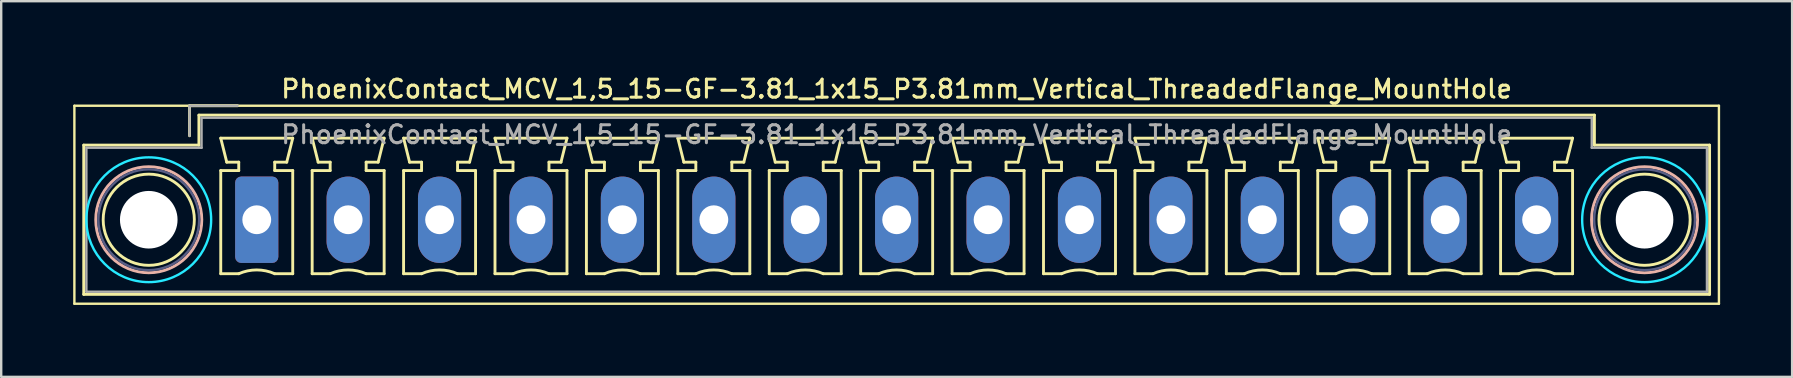
<source format=kicad_pcb>
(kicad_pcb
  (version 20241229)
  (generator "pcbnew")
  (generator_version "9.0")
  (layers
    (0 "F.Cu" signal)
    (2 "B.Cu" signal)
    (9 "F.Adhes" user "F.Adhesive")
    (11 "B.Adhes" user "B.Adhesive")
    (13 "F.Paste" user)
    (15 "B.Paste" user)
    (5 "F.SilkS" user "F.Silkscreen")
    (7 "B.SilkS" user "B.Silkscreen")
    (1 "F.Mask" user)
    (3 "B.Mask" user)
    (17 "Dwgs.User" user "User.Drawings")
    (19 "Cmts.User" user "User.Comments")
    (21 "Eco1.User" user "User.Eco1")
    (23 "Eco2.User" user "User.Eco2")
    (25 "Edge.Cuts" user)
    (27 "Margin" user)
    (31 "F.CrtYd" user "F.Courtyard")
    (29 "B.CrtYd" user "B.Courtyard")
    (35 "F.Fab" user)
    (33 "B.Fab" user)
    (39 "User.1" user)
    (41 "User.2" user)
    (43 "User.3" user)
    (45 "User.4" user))
  (footprint "PhoenixContact_MCV_1,5_15-GF-3.81_1x15_P3.81mm_Vertical_ThreadedFlange_MountHole"
    (layer "F.Cu")
    (at 7.65 6.108)
    (property "Reference" "PhoenixContact_MCV_1,5_15-GF-3.81_1x15_P3.81mm_Vertical_ThreadedFlange_MountHole" (at 26.67 -5.45 0) (layer "F.SilkS") (effects (font (size 0.75 0.75) (thickness 0.125))))
    (attr through_hole)
    (fp_line (start -7.6 -4.75) (end -7.6 3.5) (stroke (width 0.1) (type solid)) (layer "F.SilkS"))
    (fp_line (start -7.6 3.5) (end 60.94 3.5) (stroke (width 0.1) (type solid)) (layer "F.SilkS"))
    (fp_line (start -7.21 -3.11) (end -7.21 3.11) (stroke (width 0.12) (type solid)) (layer "F.SilkS"))
    (fp_line (start -7.21 3.11) (end 60.55 3.11) (stroke (width 0.12) (type solid)) (layer "F.SilkS"))
    (fp_line (start -2.8 -4.75) (end -0.8 -4.75) (stroke (width 0.12) (type solid)) (layer "F.SilkS"))
    (fp_line (start -2.8 -3.5) (end -2.8 -4.75) (stroke (width 0.12) (type solid)) (layer "F.SilkS"))
    (fp_line (start -2.41 -4.36) (end -2.41 -3.11) (stroke (width 0.12) (type solid)) (layer "F.SilkS"))
    (fp_line (start -2.41 -3.11) (end -7.21 -3.11) (stroke (width 0.12) (type solid)) (layer "F.SilkS"))
    (fp_line (start -1.5 -3.4) (end 1.5 -3.4) (stroke (width 0.12) (type solid)) (layer "F.SilkS"))
    (fp_line (start -1.5 -2.05) (end -0.75 -2.05) (stroke (width 0.12) (type solid)) (layer "F.SilkS"))
    (fp_line (start -1.5 2.25) (end -1.5 -2.05) (stroke (width 0.12) (type solid)) (layer "F.SilkS"))
    (fp_line (start -1.25 -2.4) (end -1.5 -3.4) (stroke (width 0.12) (type solid)) (layer "F.SilkS"))
    (fp_line (start -0.75 -2.4) (end -1.25 -2.4) (stroke (width 0.12) (type solid)) (layer "F.SilkS"))
    (fp_line (start -0.75 -2.05) (end -0.75 -2.4) (stroke (width 0.12) (type solid)) (layer "F.SilkS"))
    (fp_line (start -0.75 2.25) (end -1.5 2.25) (stroke (width 0.12) (type solid)) (layer "F.SilkS"))
    (fp_line (start 0.75 -2.4) (end 0.75 -2.05) (stroke (width 0.12) (type solid)) (layer "F.SilkS"))
    (fp_line (start 0.75 -2.05) (end 1.5 -2.05) (stroke (width 0.12) (type solid)) (layer "F.SilkS"))
    (fp_line (start 1.25 -2.4) (end 0.75 -2.4) (stroke (width 0.12) (type solid)) (layer "F.SilkS"))
    (fp_line (start 1.5 -3.4) (end 1.25 -2.4) (stroke (width 0.12) (type solid)) (layer "F.SilkS"))
    (fp_line (start 1.5 -2.05) (end 1.5 2.25) (stroke (width 0.12) (type solid)) (layer "F.SilkS"))
    (fp_line (start 1.5 2.25) (end 0.75 2.25) (stroke (width 0.12) (type solid)) (layer "F.SilkS"))
    (fp_line (start 2.31 -3.4) (end 5.31 -3.4) (stroke (width 0.12) (type solid)) (layer "F.SilkS"))
    (fp_line (start 2.31 -2.05) (end 3.06 -2.05) (stroke (width 0.12) (type solid)) (layer "F.SilkS"))
    (fp_line (start 2.31 2.25) (end 2.31 -2.05) (stroke (width 0.12) (type solid)) (layer "F.SilkS"))
    (fp_line (start 2.56 -2.4) (end 2.31 -3.4) (stroke (width 0.12) (type solid)) (layer "F.SilkS"))
    (fp_line (start 3.06 -2.4) (end 2.56 -2.4) (stroke (width 0.12) (type solid)) (layer "F.SilkS"))
    (fp_line (start 3.06 -2.05) (end 3.06 -2.4) (stroke (width 0.12) (type solid)) (layer "F.SilkS"))
    (fp_line (start 3.06 2.25) (end 2.31 2.25) (stroke (width 0.12) (type solid)) (layer "F.SilkS"))
    (fp_line (start 4.56 -2.4) (end 4.56 -2.05) (stroke (width 0.12) (type solid)) (layer "F.SilkS"))
    (fp_line (start 4.56 -2.05) (end 5.31 -2.05) (stroke (width 0.12) (type solid)) (layer "F.SilkS"))
    (fp_line (start 5.06 -2.4) (end 4.56 -2.4) (stroke (width 0.12) (type solid)) (layer "F.SilkS"))
    (fp_line (start 5.31 -3.4) (end 5.06 -2.4) (stroke (width 0.12) (type solid)) (layer "F.SilkS"))
    (fp_line (start 5.31 -2.05) (end 5.31 2.25) (stroke (width 0.12) (type solid)) (layer "F.SilkS"))
    (fp_line (start 5.31 2.25) (end 4.56 2.25) (stroke (width 0.12) (type solid)) (layer "F.SilkS"))
    (fp_line (start 6.12 -3.4) (end 9.12 -3.4) (stroke (width 0.12) (type solid)) (layer "F.SilkS"))
    (fp_line (start 6.12 -2.05) (end 6.87 -2.05) (stroke (width 0.12) (type solid)) (layer "F.SilkS"))
    (fp_line (start 6.12 2.25) (end 6.12 -2.05) (stroke (width 0.12) (type solid)) (layer "F.SilkS"))
    (fp_line (start 6.37 -2.4) (end 6.12 -3.4) (stroke (width 0.12) (type solid)) (layer "F.SilkS"))
    (fp_line (start 6.87 -2.4) (end 6.37 -2.4) (stroke (width 0.12) (type solid)) (layer "F.SilkS"))
    (fp_line (start 6.87 -2.05) (end 6.87 -2.4) (stroke (width 0.12) (type solid)) (layer "F.SilkS"))
    (fp_line (start 6.87 2.25) (end 6.12 2.25) (stroke (width 0.12) (type solid)) (layer "F.SilkS"))
    (fp_line (start 8.37 -2.4) (end 8.37 -2.05) (stroke (width 0.12) (type solid)) (layer "F.SilkS"))
    (fp_line (start 8.37 -2.05) (end 9.12 -2.05) (stroke (width 0.12) (type solid)) (layer "F.SilkS"))
    (fp_line (start 8.87 -2.4) (end 8.37 -2.4) (stroke (width 0.12) (type solid)) (layer "F.SilkS"))
    (fp_line (start 9.12 -3.4) (end 8.87 -2.4) (stroke (width 0.12) (type solid)) (layer "F.SilkS"))
    (fp_line (start 9.12 -2.05) (end 9.12 2.25) (stroke (width 0.12) (type solid)) (layer "F.SilkS"))
    (fp_line (start 9.12 2.25) (end 8.37 2.25) (stroke (width 0.12) (type solid)) (layer "F.SilkS"))
    (fp_line (start 9.93 -3.4) (end 12.93 -3.4) (stroke (width 0.12) (type solid)) (layer "F.SilkS"))
    (fp_line (start 9.93 -2.05) (end 10.68 -2.05) (stroke (width 0.12) (type solid)) (layer "F.SilkS"))
    (fp_line (start 9.93 2.25) (end 9.93 -2.05) (stroke (width 0.12) (type solid)) (layer "F.SilkS"))
    (fp_line (start 10.18 -2.4) (end 9.93 -3.4) (stroke (width 0.12) (type solid)) (layer "F.SilkS"))
    (fp_line (start 10.68 -2.4) (end 10.18 -2.4) (stroke (width 0.12) (type solid)) (layer "F.SilkS"))
    (fp_line (start 10.68 -2.05) (end 10.68 -2.4) (stroke (width 0.12) (type solid)) (layer "F.SilkS"))
    (fp_line (start 10.68 2.25) (end 9.93 2.25) (stroke (width 0.12) (type solid)) (layer "F.SilkS"))
    (fp_line (start 12.18 -2.4) (end 12.18 -2.05) (stroke (width 0.12) (type solid)) (layer "F.SilkS"))
    (fp_line (start 12.18 -2.05) (end 12.93 -2.05) (stroke (width 0.12) (type solid)) (layer "F.SilkS"))
    (fp_line (start 12.68 -2.4) (end 12.18 -2.4) (stroke (width 0.12) (type solid)) (layer "F.SilkS"))
    (fp_line (start 12.93 -3.4) (end 12.68 -2.4) (stroke (width 0.12) (type solid)) (layer "F.SilkS"))
    (fp_line (start 12.93 -2.05) (end 12.93 2.25) (stroke (width 0.12) (type solid)) (layer "F.SilkS"))
    (fp_line (start 12.93 2.25) (end 12.18 2.25) (stroke (width 0.12) (type solid)) (layer "F.SilkS"))
    (fp_line (start 13.74 -3.4) (end 16.74 -3.4) (stroke (width 0.12) (type solid)) (layer "F.SilkS"))
    (fp_line (start 13.74 -2.05) (end 14.49 -2.05) (stroke (width 0.12) (type solid)) (layer "F.SilkS"))
    (fp_line (start 13.74 2.25) (end 13.74 -2.05) (stroke (width 0.12) (type solid)) (layer "F.SilkS"))
    (fp_line (start 13.99 -2.4) (end 13.74 -3.4) (stroke (width 0.12) (type solid)) (layer "F.SilkS"))
    (fp_line (start 14.49 -2.4) (end 13.99 -2.4) (stroke (width 0.12) (type solid)) (layer "F.SilkS"))
    (fp_line (start 14.49 -2.05) (end 14.49 -2.4) (stroke (width 0.12) (type solid)) (layer "F.SilkS"))
    (fp_line (start 14.49 2.25) (end 13.74 2.25) (stroke (width 0.12) (type solid)) (layer "F.SilkS"))
    (fp_line (start 15.99 -2.4) (end 15.99 -2.05) (stroke (width 0.12) (type solid)) (layer "F.SilkS"))
    (fp_line (start 15.99 -2.05) (end 16.74 -2.05) (stroke (width 0.12) (type solid)) (layer "F.SilkS"))
    (fp_line (start 16.49 -2.4) (end 15.99 -2.4) (stroke (width 0.12) (type solid)) (layer "F.SilkS"))
    (fp_line (start 16.74 -3.4) (end 16.49 -2.4) (stroke (width 0.12) (type solid)) (layer "F.SilkS"))
    (fp_line (start 16.74 -2.05) (end 16.74 2.25) (stroke (width 0.12) (type solid)) (layer "F.SilkS"))
    (fp_line (start 16.74 2.25) (end 15.99 2.25) (stroke (width 0.12) (type solid)) (layer "F.SilkS"))
    (fp_line (start 17.55 -3.4) (end 20.55 -3.4) (stroke (width 0.12) (type solid)) (layer "F.SilkS"))
    (fp_line (start 17.55 -2.05) (end 18.3 -2.05) (stroke (width 0.12) (type solid)) (layer "F.SilkS"))
    (fp_line (start 17.55 2.25) (end 17.55 -2.05) (stroke (width 0.12) (type solid)) (layer "F.SilkS"))
    (fp_line (start 17.8 -2.4) (end 17.55 -3.4) (stroke (width 0.12) (type solid)) (layer "F.SilkS"))
    (fp_line (start 18.3 -2.4) (end 17.8 -2.4) (stroke (width 0.12) (type solid)) (layer "F.SilkS"))
    (fp_line (start 18.3 -2.05) (end 18.3 -2.4) (stroke (width 0.12) (type solid)) (layer "F.SilkS"))
    (fp_line (start 18.3 2.25) (end 17.55 2.25) (stroke (width 0.12) (type solid)) (layer "F.SilkS"))
    (fp_line (start 19.8 -2.4) (end 19.8 -2.05) (stroke (width 0.12) (type solid)) (layer "F.SilkS"))
    (fp_line (start 19.8 -2.05) (end 20.55 -2.05) (stroke (width 0.12) (type solid)) (layer "F.SilkS"))
    (fp_line (start 20.3 -2.4) (end 19.8 -2.4) (stroke (width 0.12) (type solid)) (layer "F.SilkS"))
    (fp_line (start 20.55 -3.4) (end 20.3 -2.4) (stroke (width 0.12) (type solid)) (layer "F.SilkS"))
    (fp_line (start 20.55 -2.05) (end 20.55 2.25) (stroke (width 0.12) (type solid)) (layer "F.SilkS"))
    (fp_line (start 20.55 2.25) (end 19.8 2.25) (stroke (width 0.12) (type solid)) (layer "F.SilkS"))
    (fp_line (start 21.36 -3.4) (end 24.36 -3.4) (stroke (width 0.12) (type solid)) (layer "F.SilkS"))
    (fp_line (start 21.36 -2.05) (end 22.11 -2.05) (stroke (width 0.12) (type solid)) (layer "F.SilkS"))
    (fp_line (start 21.36 2.25) (end 21.36 -2.05) (stroke (width 0.12) (type solid)) (layer "F.SilkS"))
    (fp_line (start 21.61 -2.4) (end 21.36 -3.4) (stroke (width 0.12) (type solid)) (layer "F.SilkS"))
    (fp_line (start 22.11 -2.4) (end 21.61 -2.4) (stroke (width 0.12) (type solid)) (layer "F.SilkS"))
    (fp_line (start 22.11 -2.05) (end 22.11 -2.4) (stroke (width 0.12) (type solid)) (layer "F.SilkS"))
    (fp_line (start 22.11 2.25) (end 21.36 2.25) (stroke (width 0.12) (type solid)) (layer "F.SilkS"))
    (fp_line (start 23.61 -2.4) (end 23.61 -2.05) (stroke (width 0.12) (type solid)) (layer "F.SilkS"))
    (fp_line (start 23.61 -2.05) (end 24.36 -2.05) (stroke (width 0.12) (type solid)) (layer "F.SilkS"))
    (fp_line (start 24.11 -2.4) (end 23.61 -2.4) (stroke (width 0.12) (type solid)) (layer "F.SilkS"))
    (fp_line (start 24.36 -3.4) (end 24.11 -2.4) (stroke (width 0.12) (type solid)) (layer "F.SilkS"))
    (fp_line (start 24.36 -2.05) (end 24.36 2.25) (stroke (width 0.12) (type solid)) (layer "F.SilkS"))
    (fp_line (start 24.36 2.25) (end 23.61 2.25) (stroke (width 0.12) (type solid)) (layer "F.SilkS"))
    (fp_line (start 25.17 -3.4) (end 28.17 -3.4) (stroke (width 0.12) (type solid)) (layer "F.SilkS"))
    (fp_line (start 25.17 -2.05) (end 25.92 -2.05) (stroke (width 0.12) (type solid)) (layer "F.SilkS"))
    (fp_line (start 25.17 2.25) (end 25.17 -2.05) (stroke (width 0.12) (type solid)) (layer "F.SilkS"))
    (fp_line (start 25.42 -2.4) (end 25.17 -3.4) (stroke (width 0.12) (type solid)) (layer "F.SilkS"))
    (fp_line (start 25.92 -2.4) (end 25.42 -2.4) (stroke (width 0.12) (type solid)) (layer "F.SilkS"))
    (fp_line (start 25.92 -2.05) (end 25.92 -2.4) (stroke (width 0.12) (type solid)) (layer "F.SilkS"))
    (fp_line (start 25.92 2.25) (end 25.17 2.25) (stroke (width 0.12) (type solid)) (layer "F.SilkS"))
    (fp_line (start 27.42 -2.4) (end 27.42 -2.05) (stroke (width 0.12) (type solid)) (layer "F.SilkS"))
    (fp_line (start 27.42 -2.05) (end 28.17 -2.05) (stroke (width 0.12) (type solid)) (layer "F.SilkS"))
    (fp_line (start 27.92 -2.4) (end 27.42 -2.4) (stroke (width 0.12) (type solid)) (layer "F.SilkS"))
    (fp_line (start 28.17 -3.4) (end 27.92 -2.4) (stroke (width 0.12) (type solid)) (layer "F.SilkS"))
    (fp_line (start 28.17 -2.05) (end 28.17 2.25) (stroke (width 0.12) (type solid)) (layer "F.SilkS"))
    (fp_line (start 28.17 2.25) (end 27.42 2.25) (stroke (width 0.12) (type solid)) (layer "F.SilkS"))
    (fp_line (start 28.98 -3.4) (end 31.98 -3.4) (stroke (width 0.12) (type solid)) (layer "F.SilkS"))
    (fp_line (start 28.98 -2.05) (end 29.73 -2.05) (stroke (width 0.12) (type solid)) (layer "F.SilkS"))
    (fp_line (start 28.98 2.25) (end 28.98 -2.05) (stroke (width 0.12) (type solid)) (layer "F.SilkS"))
    (fp_line (start 29.23 -2.4) (end 28.98 -3.4) (stroke (width 0.12) (type solid)) (layer "F.SilkS"))
    (fp_line (start 29.73 -2.4) (end 29.23 -2.4) (stroke (width 0.12) (type solid)) (layer "F.SilkS"))
    (fp_line (start 29.73 -2.05) (end 29.73 -2.4) (stroke (width 0.12) (type solid)) (layer "F.SilkS"))
    (fp_line (start 29.73 2.25) (end 28.98 2.25) (stroke (width 0.12) (type solid)) (layer "F.SilkS"))
    (fp_line (start 31.23 -2.4) (end 31.23 -2.05) (stroke (width 0.12) (type solid)) (layer "F.SilkS"))
    (fp_line (start 31.23 -2.05) (end 31.98 -2.05) (stroke (width 0.12) (type solid)) (layer "F.SilkS"))
    (fp_line (start 31.73 -2.4) (end 31.23 -2.4) (stroke (width 0.12) (type solid)) (layer "F.SilkS"))
    (fp_line (start 31.98 -3.4) (end 31.73 -2.4) (stroke (width 0.12) (type solid)) (layer "F.SilkS"))
    (fp_line (start 31.98 -2.05) (end 31.98 2.25) (stroke (width 0.12) (type solid)) (layer "F.SilkS"))
    (fp_line (start 31.98 2.25) (end 31.23 2.25) (stroke (width 0.12) (type solid)) (layer "F.SilkS"))
    (fp_line (start 32.79 -3.4) (end 35.79 -3.4) (stroke (width 0.12) (type solid)) (layer "F.SilkS"))
    (fp_line (start 32.79 -2.05) (end 33.54 -2.05) (stroke (width 0.12) (type solid)) (layer "F.SilkS"))
    (fp_line (start 32.79 2.25) (end 32.79 -2.05) (stroke (width 0.12) (type solid)) (layer "F.SilkS"))
    (fp_line (start 33.04 -2.4) (end 32.79 -3.4) (stroke (width 0.12) (type solid)) (layer "F.SilkS"))
    (fp_line (start 33.54 -2.4) (end 33.04 -2.4) (stroke (width 0.12) (type solid)) (layer "F.SilkS"))
    (fp_line (start 33.54 -2.05) (end 33.54 -2.4) (stroke (width 0.12) (type solid)) (layer "F.SilkS"))
    (fp_line (start 33.54 2.25) (end 32.79 2.25) (stroke (width 0.12) (type solid)) (layer "F.SilkS"))
    (fp_line (start 35.04 -2.4) (end 35.04 -2.05) (stroke (width 0.12) (type solid)) (layer "F.SilkS"))
    (fp_line (start 35.04 -2.05) (end 35.79 -2.05) (stroke (width 0.12) (type solid)) (layer "F.SilkS"))
    (fp_line (start 35.54 -2.4) (end 35.04 -2.4) (stroke (width 0.12) (type solid)) (layer "F.SilkS"))
    (fp_line (start 35.79 -3.4) (end 35.54 -2.4) (stroke (width 0.12) (type solid)) (layer "F.SilkS"))
    (fp_line (start 35.79 -2.05) (end 35.79 2.25) (stroke (width 0.12) (type solid)) (layer "F.SilkS"))
    (fp_line (start 35.79 2.25) (end 35.04 2.25) (stroke (width 0.12) (type solid)) (layer "F.SilkS"))
    (fp_line (start 36.6 -3.4) (end 39.6 -3.4) (stroke (width 0.12) (type solid)) (layer "F.SilkS"))
    (fp_line (start 36.6 -2.05) (end 37.35 -2.05) (stroke (width 0.12) (type solid)) (layer "F.SilkS"))
    (fp_line (start 36.6 2.25) (end 36.6 -2.05) (stroke (width 0.12) (type solid)) (layer "F.SilkS"))
    (fp_line (start 36.85 -2.4) (end 36.6 -3.4) (stroke (width 0.12) (type solid)) (layer "F.SilkS"))
    (fp_line (start 37.35 -2.4) (end 36.85 -2.4) (stroke (width 0.12) (type solid)) (layer "F.SilkS"))
    (fp_line (start 37.35 -2.05) (end 37.35 -2.4) (stroke (width 0.12) (type solid)) (layer "F.SilkS"))
    (fp_line (start 37.35 2.25) (end 36.6 2.25) (stroke (width 0.12) (type solid)) (layer "F.SilkS"))
    (fp_line (start 38.85 -2.4) (end 38.85 -2.05) (stroke (width 0.12) (type solid)) (layer "F.SilkS"))
    (fp_line (start 38.85 -2.05) (end 39.6 -2.05) (stroke (width 0.12) (type solid)) (layer "F.SilkS"))
    (fp_line (start 39.35 -2.4) (end 38.85 -2.4) (stroke (width 0.12) (type solid)) (layer "F.SilkS"))
    (fp_line (start 39.6 -3.4) (end 39.35 -2.4) (stroke (width 0.12) (type solid)) (layer "F.SilkS"))
    (fp_line (start 39.6 -2.05) (end 39.6 2.25) (stroke (width 0.12) (type solid)) (layer "F.SilkS"))
    (fp_line (start 39.6 2.25) (end 38.85 2.25) (stroke (width 0.12) (type solid)) (layer "F.SilkS"))
    (fp_line (start 40.41 -3.4) (end 43.41 -3.4) (stroke (width 0.12) (type solid)) (layer "F.SilkS"))
    (fp_line (start 40.41 -2.05) (end 41.16 -2.05) (stroke (width 0.12) (type solid)) (layer "F.SilkS"))
    (fp_line (start 40.41 2.25) (end 40.41 -2.05) (stroke (width 0.12) (type solid)) (layer "F.SilkS"))
    (fp_line (start 40.66 -2.4) (end 40.41 -3.4) (stroke (width 0.12) (type solid)) (layer "F.SilkS"))
    (fp_line (start 41.16 -2.4) (end 40.66 -2.4) (stroke (width 0.12) (type solid)) (layer "F.SilkS"))
    (fp_line (start 41.16 -2.05) (end 41.16 -2.4) (stroke (width 0.12) (type solid)) (layer "F.SilkS"))
    (fp_line (start 41.16 2.25) (end 40.41 2.25) (stroke (width 0.12) (type solid)) (layer "F.SilkS"))
    (fp_line (start 42.66 -2.4) (end 42.66 -2.05) (stroke (width 0.12) (type solid)) (layer "F.SilkS"))
    (fp_line (start 42.66 -2.05) (end 43.41 -2.05) (stroke (width 0.12) (type solid)) (layer "F.SilkS"))
    (fp_line (start 43.16 -2.4) (end 42.66 -2.4) (stroke (width 0.12) (type solid)) (layer "F.SilkS"))
    (fp_line (start 43.41 -3.4) (end 43.16 -2.4) (stroke (width 0.12) (type solid)) (layer "F.SilkS"))
    (fp_line (start 43.41 -2.05) (end 43.41 2.25) (stroke (width 0.12) (type solid)) (layer "F.SilkS"))
    (fp_line (start 43.41 2.25) (end 42.66 2.25) (stroke (width 0.12) (type solid)) (layer "F.SilkS"))
    (fp_line (start 44.22 -3.4) (end 47.22 -3.4) (stroke (width 0.12) (type solid)) (layer "F.SilkS"))
    (fp_line (start 44.22 -2.05) (end 44.97 -2.05) (stroke (width 0.12) (type solid)) (layer "F.SilkS"))
    (fp_line (start 44.22 2.25) (end 44.22 -2.05) (stroke (width 0.12) (type solid)) (layer "F.SilkS"))
    (fp_line (start 44.47 -2.4) (end 44.22 -3.4) (stroke (width 0.12) (type solid)) (layer "F.SilkS"))
    (fp_line (start 44.97 -2.4) (end 44.47 -2.4) (stroke (width 0.12) (type solid)) (layer "F.SilkS"))
    (fp_line (start 44.97 -2.05) (end 44.97 -2.4) (stroke (width 0.12) (type solid)) (layer "F.SilkS"))
    (fp_line (start 44.97 2.25) (end 44.22 2.25) (stroke (width 0.12) (type solid)) (layer "F.SilkS"))
    (fp_line (start 46.47 -2.4) (end 46.47 -2.05) (stroke (width 0.12) (type solid)) (layer "F.SilkS"))
    (fp_line (start 46.47 -2.05) (end 47.22 -2.05) (stroke (width 0.12) (type solid)) (layer "F.SilkS"))
    (fp_line (start 46.97 -2.4) (end 46.47 -2.4) (stroke (width 0.12) (type solid)) (layer "F.SilkS"))
    (fp_line (start 47.22 -3.4) (end 46.97 -2.4) (stroke (width 0.12) (type solid)) (layer "F.SilkS"))
    (fp_line (start 47.22 -2.05) (end 47.22 2.25) (stroke (width 0.12) (type solid)) (layer "F.SilkS"))
    (fp_line (start 47.22 2.25) (end 46.47 2.25) (stroke (width 0.12) (type solid)) (layer "F.SilkS"))
    (fp_line (start 48.03 -3.4) (end 51.03 -3.4) (stroke (width 0.12) (type solid)) (layer "F.SilkS"))
    (fp_line (start 48.03 -2.05) (end 48.78 -2.05) (stroke (width 0.12) (type solid)) (layer "F.SilkS"))
    (fp_line (start 48.03 2.25) (end 48.03 -2.05) (stroke (width 0.12) (type solid)) (layer "F.SilkS"))
    (fp_line (start 48.28 -2.4) (end 48.03 -3.4) (stroke (width 0.12) (type solid)) (layer "F.SilkS"))
    (fp_line (start 48.78 -2.4) (end 48.28 -2.4) (stroke (width 0.12) (type solid)) (layer "F.SilkS"))
    (fp_line (start 48.78 -2.05) (end 48.78 -2.4) (stroke (width 0.12) (type solid)) (layer "F.SilkS"))
    (fp_line (start 48.78 2.25) (end 48.03 2.25) (stroke (width 0.12) (type solid)) (layer "F.SilkS"))
    (fp_line (start 50.28 -2.4) (end 50.28 -2.05) (stroke (width 0.12) (type solid)) (layer "F.SilkS"))
    (fp_line (start 50.28 -2.05) (end 51.03 -2.05) (stroke (width 0.12) (type solid)) (layer "F.SilkS"))
    (fp_line (start 50.78 -2.4) (end 50.28 -2.4) (stroke (width 0.12) (type solid)) (layer "F.SilkS"))
    (fp_line (start 51.03 -3.4) (end 50.78 -2.4) (stroke (width 0.12) (type solid)) (layer "F.SilkS"))
    (fp_line (start 51.03 -2.05) (end 51.03 2.25) (stroke (width 0.12) (type solid)) (layer "F.SilkS"))
    (fp_line (start 51.03 2.25) (end 50.28 2.25) (stroke (width 0.12) (type solid)) (layer "F.SilkS"))
    (fp_line (start 51.84 -3.4) (end 54.84 -3.4) (stroke (width 0.12) (type solid)) (layer "F.SilkS"))
    (fp_line (start 51.84 -2.05) (end 52.59 -2.05) (stroke (width 0.12) (type solid)) (layer "F.SilkS"))
    (fp_line (start 51.84 2.25) (end 51.84 -2.05) (stroke (width 0.12) (type solid)) (layer "F.SilkS"))
    (fp_line (start 52.09 -2.4) (end 51.84 -3.4) (stroke (width 0.12) (type solid)) (layer "F.SilkS"))
    (fp_line (start 52.59 -2.4) (end 52.09 -2.4) (stroke (width 0.12) (type solid)) (layer "F.SilkS"))
    (fp_line (start 52.59 -2.05) (end 52.59 -2.4) (stroke (width 0.12) (type solid)) (layer "F.SilkS"))
    (fp_line (start 52.59 2.25) (end 51.84 2.25) (stroke (width 0.12) (type solid)) (layer "F.SilkS"))
    (fp_line (start 54.09 -2.4) (end 54.09 -2.05) (stroke (width 0.12) (type solid)) (layer "F.SilkS"))
    (fp_line (start 54.09 -2.05) (end 54.84 -2.05) (stroke (width 0.12) (type solid)) (layer "F.SilkS"))
    (fp_line (start 54.59 -2.4) (end 54.09 -2.4) (stroke (width 0.12) (type solid)) (layer "F.SilkS"))
    (fp_line (start 54.84 -3.4) (end 54.59 -2.4) (stroke (width 0.12) (type solid)) (layer "F.SilkS"))
    (fp_line (start 54.84 -2.05) (end 54.84 2.25) (stroke (width 0.12) (type solid)) (layer "F.SilkS"))
    (fp_line (start 54.84 2.25) (end 54.09 2.25) (stroke (width 0.12) (type solid)) (layer "F.SilkS"))
    (fp_line (start 55.75 -4.36) (end -2.41 -4.36) (stroke (width 0.12) (type solid)) (layer "F.SilkS"))
    (fp_line (start 55.75 -3.11) (end 55.75 -4.36) (stroke (width 0.12) (type solid)) (layer "F.SilkS"))
    (fp_line (start 60.55 -3.11) (end 55.75 -3.11) (stroke (width 0.12) (type solid)) (layer "F.SilkS"))
    (fp_line (start 60.55 3.11) (end 60.55 -3.11) (stroke (width 0.12) (type solid)) (layer "F.SilkS"))
    (fp_line (start 60.94 -4.75) (end -7.6 -4.75) (stroke (width 0.1) (type solid)) (layer "F.SilkS"))
    (fp_line (start 60.94 3.5) (end 60.94 -4.75) (stroke (width 0.1) (type solid)) (layer "F.SilkS"))
    (fp_arc (start -0.75 2.25) (mid -0.000193 2.09191) (end 0.749647 2.249844) (stroke (width 0.12) (type solid)) (layer "F.SilkS"))
    (fp_arc (start 3.06 2.25) (mid 3.809807 2.09191) (end 4.559647 2.249844) (stroke (width 0.12) (type solid)) (layer "F.SilkS"))
    (fp_arc (start 6.87 2.25) (mid 7.619807 2.09191) (end 8.369647 2.249844) (stroke (width 0.12) (type solid)) (layer "F.SilkS"))
    (fp_arc (start 10.68 2.25) (mid 11.429807 2.09191) (end 12.179647 2.249844) (stroke (width 0.12) (type solid)) (layer "F.SilkS"))
    (fp_arc (start 14.49 2.25) (mid 15.239807 2.09191) (end 15.989647 2.249844) (stroke (width 0.12) (type solid)) (layer "F.SilkS"))
    (fp_arc (start 18.3 2.25) (mid 19.049807 2.09191) (end 19.799647 2.249844) (stroke (width 0.12) (type solid)) (layer "F.SilkS"))
    (fp_arc (start 22.11 2.25) (mid 22.859807 2.09191) (end 23.609647 2.249844) (stroke (width 0.12) (type solid)) (layer "F.SilkS"))
    (fp_arc (start 25.92 2.25) (mid 26.669807 2.09191) (end 27.419647 2.249844) (stroke (width 0.12) (type solid)) (layer "F.SilkS"))
    (fp_arc (start 29.73 2.25) (mid 30.479807 2.09191) (end 31.229647 2.249844) (stroke (width 0.12) (type solid)) (layer "F.SilkS"))
    (fp_arc (start 33.54 2.25) (mid 34.289807 2.09191) (end 35.039647 2.249844) (stroke (width 0.12) (type solid)) (layer "F.SilkS"))
    (fp_arc (start 37.35 2.25) (mid 38.099807 2.09191) (end 38.849647 2.249844) (stroke (width 0.12) (type solid)) (layer "F.SilkS"))
    (fp_arc (start 41.16 2.25) (mid 41.909807 2.09191) (end 42.659647 2.249844) (stroke (width 0.12) (type solid)) (layer "F.SilkS"))
    (fp_arc (start 44.97 2.25) (mid 45.719807 2.09191) (end 46.469647 2.249844) (stroke (width 0.12) (type solid)) (layer "F.SilkS"))
    (fp_arc (start 48.78 2.25) (mid 49.529807 2.09191) (end 50.279647 2.249844) (stroke (width 0.12) (type solid)) (layer "F.SilkS"))
    (fp_arc (start 52.59 2.25) (mid 53.339807 2.09191) (end 54.089647 2.249844) (stroke (width 0.12) (type solid)) (layer "F.SilkS"))
    (fp_circle (center -4.5 0) (end -2.6 0) (stroke (width 0.12) (type solid)) (fill no) (layer "F.SilkS"))
    (fp_circle (center 57.84 0) (end 59.74 0) (stroke (width 0.12) (type solid)) (fill no) (layer "F.SilkS"))
    (fp_circle (center -4.5 0) (end -2.29 0) (stroke (width 0.12) (type solid)) (fill no) (layer "B.SilkS"))
    (fp_circle (center 57.84 0) (end 60.05 0) (stroke (width 0.12) (type solid)) (fill no) (layer "B.SilkS"))
    (fp_circle (center -4.5 0) (end -1.9 0) (stroke (width 0.1) (type solid)) (fill no) (layer "B.CrtYd"))
    (fp_circle (center 57.84 0) (end 60.44 0) (stroke (width 0.1) (type solid)) (fill no) (layer "B.CrtYd"))
    (fp_circle (center -4.5 0) (end -2.4 0) (stroke (width 0.1) (type solid)) (fill no) (layer "B.Fab"))
    (fp_circle (center 57.84 0) (end 59.94 0) (stroke (width 0.1) (type solid)) (fill no) (layer "B.Fab"))
    (fp_line (start -7.1 -3) (end -7.1 3) (stroke (width 0.1) (type solid)) (layer "F.Fab"))
    (fp_line (start -7.1 3) (end 60.44 3) (stroke (width 0.1) (type solid)) (layer "F.Fab"))
    (fp_line (start -2.8 -4.75) (end -0.8 -4.75) (stroke (width 0.1) (type solid)) (layer "F.Fab"))
    (fp_line (start -2.8 -3.5) (end -2.8 -4.75) (stroke (width 0.1) (type solid)) (layer "F.Fab"))
    (fp_line (start -2.3 -4.25) (end -2.3 -3) (stroke (width 0.1) (type solid)) (layer "F.Fab"))
    (fp_line (start -2.3 -3) (end -7.1 -3) (stroke (width 0.1) (type solid)) (layer "F.Fab"))
    (fp_line (start 55.64 -4.25) (end -2.3 -4.25) (stroke (width 0.1) (type solid)) (layer "F.Fab"))
    (fp_line (start 55.64 -3) (end 55.64 -4.25) (stroke (width 0.1) (type solid)) (layer "F.Fab"))
    (fp_line (start 60.44 -3) (end 55.64 -3) (stroke (width 0.1) (type solid)) (layer "F.Fab"))
    (fp_line (start 60.44 3) (end 60.44 -3) (stroke (width 0.1) (type solid)) (layer "F.Fab"))
    (fp_text user "${REFERENCE}" (at 26.67 -3.55 0) (layer "F.Fab") (effects (font (size 0.75 0.75) (thickness 0.125))))
    (pad "" np_thru_hole circle (at -4.5 0) (size 2.4 2.4) (drill 2.4) (layers "*.Cu" "*.Mask"))
    (pad "" np_thru_hole circle (at 57.84 0) (size 2.4 2.4) (drill 2.4) (layers "*.Cu" "*.Mask"))
    (pad "1" thru_hole roundrect (at 0 0) (size 1.8 3.6) (drill 1.2) (layers "*.Cu" "*.Mask") (roundrect_rratio 0.139))
    (pad "2" thru_hole oval (at 3.81 0) (size 1.8 3.6) (drill 1.2) (layers "*.Cu" "*.Mask"))
    (pad "3" thru_hole oval (at 7.62 0) (size 1.8 3.6) (drill 1.2) (layers "*.Cu" "*.Mask"))
    (pad "4" thru_hole oval (at 11.43 0) (size 1.8 3.6) (drill 1.2) (layers "*.Cu" "*.Mask"))
    (pad "5" thru_hole oval (at 15.24 0) (size 1.8 3.6) (drill 1.2) (layers "*.Cu" "*.Mask"))
    (pad "6" thru_hole oval (at 19.05 0) (size 1.8 3.6) (drill 1.2) (layers "*.Cu" "*.Mask"))
    (pad "7" thru_hole oval (at 22.86 0) (size 1.8 3.6) (drill 1.2) (layers "*.Cu" "*.Mask"))
    (pad "8" thru_hole oval (at 26.67 0) (size 1.8 3.6) (drill 1.2) (layers "*.Cu" "*.Mask"))
    (pad "9" thru_hole oval (at 30.48 0) (size 1.8 3.6) (drill 1.2) (layers "*.Cu" "*.Mask"))
    (pad "10" thru_hole oval (at 34.29 0) (size 1.8 3.6) (drill 1.2) (layers "*.Cu" "*.Mask"))
    (pad "11" thru_hole oval (at 38.1 0) (size 1.8 3.6) (drill 1.2) (layers "*.Cu" "*.Mask"))
    (pad "12" thru_hole oval (at 41.91 0) (size 1.8 3.6) (drill 1.2) (layers "*.Cu" "*.Mask"))
    (pad "13" thru_hole oval (at 45.72 0) (size 1.8 3.6) (drill 1.2) (layers "*.Cu" "*.Mask"))
    (pad "14" thru_hole oval (at 49.53 0) (size 1.8 3.6) (drill 1.2) (layers "*.Cu" "*.Mask"))
    (pad "15" thru_hole oval (at 53.34 0) (size 1.8 3.6) (drill 1.2) (layers "*.Cu" "*.Mask")))
  (gr_rect
    (start -3 -3)
    (end 71.64 12.658)
    (stroke (width 0.1) (type default))
    (fill no)
    (layer "Edge.Cuts")))
</source>
